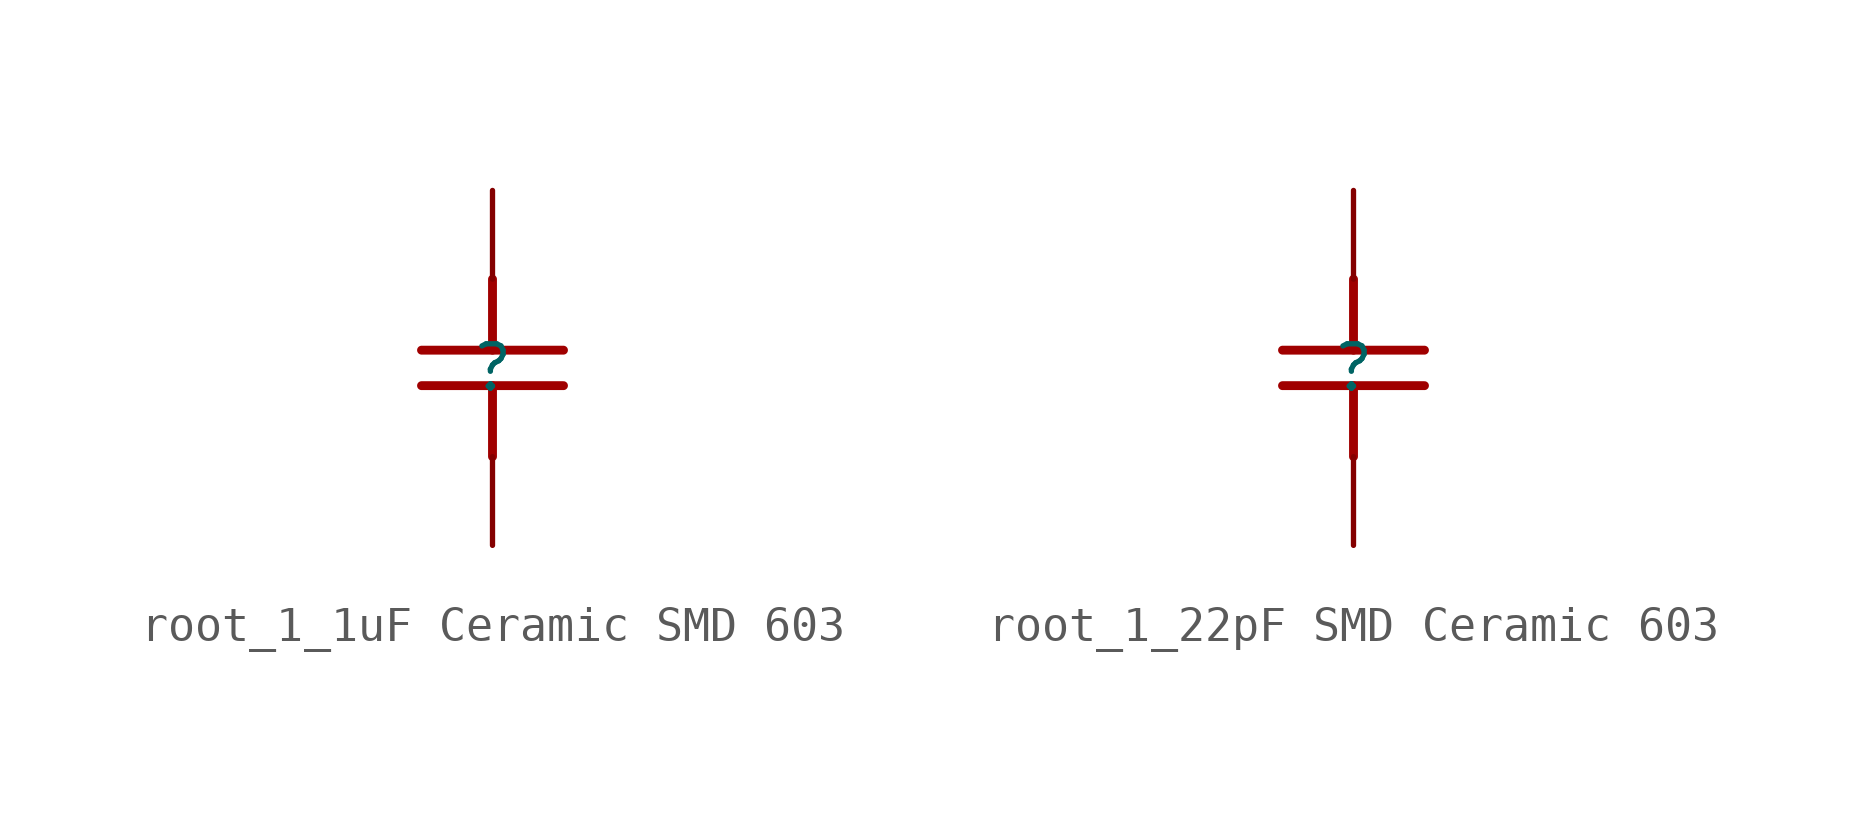
<source format=kicad_sym>
(kicad_symbol_lib
  (version 20231120)
  (generator "kicad_symbol_editor")
  (generator_version "8.0")
  (symbol "root_1_1uF Ceramic SMD 603"
    (property "Reference" ""
      (at 0 0 0)
      (effects (font (size 1.27 1.27))))
    (property "Value" ""
      (at 0 0 0)
      (effects (font (size 1.27 1.27))))
    (symbol "root_1_1uF Ceramic SMD 603_1_0"
      (polyline (pts (xy -2.032 0.508) (xy 2.032 0.508)) (stroke (width 0.254) (type solid) (color 160 0 0 1)) (fill (type none)))
      (polyline (pts (xy 0 -0.508) (xy 0 -2.54)) (stroke (width 0.254) (type solid) (color 160 0 0 1)) (fill (type none)))
      (polyline (pts (xy 0 2.54) (xy 0 0.508)) (stroke (width 0.254) (type solid) (color 160 0 0 1)) (fill (type none)))
      (polyline (pts (xy 2.032 -0.508) (xy -2.032 -0.508)) (stroke (width 0.254) (type solid) (color 160 0 0 1)) (fill (type none)))
      (pin passive line (at 0 -5.08 90) (length 2.54) (name "1" (effects (font (size 0 0)))) (number "1" (effects (font (size 0 0)))))
      (pin passive line (at 0 5.08 270) (length 2.54) (name "2" (effects (font (size 0 0)))) (number "2" (effects (font (size 0 0)))))))
  (symbol "root_1_22pF SMD Ceramic 603"
    (property "Reference" ""
      (at 0 0 0)
      (effects (font (size 1.27 1.27))))
    (property "Value" ""
      (at 0 0 0)
      (effects (font (size 1.27 1.27))))
    (symbol "root_1_22pF SMD Ceramic 603_1_0"
      (polyline (pts (xy -2.032 0.508) (xy 2.032 0.508)) (stroke (width 0.254) (type solid) (color 160 0 0 1)) (fill (type none)))
      (polyline (pts (xy 0 -0.508) (xy 0 -2.54)) (stroke (width 0.254) (type solid) (color 160 0 0 1)) (fill (type none)))
      (polyline (pts (xy 0 2.54) (xy 0 0.508)) (stroke (width 0.254) (type solid) (color 160 0 0 1)) (fill (type none)))
      (polyline (pts (xy 2.032 -0.508) (xy -2.032 -0.508)) (stroke (width 0.254) (type solid) (color 160 0 0 1)) (fill (type none)))
      (pin passive line (at 0 -5.08 90) (length 2.54) (name "1" (effects (font (size 0 0)))) (number "1" (effects (font (size 0 0)))))
      (pin passive line (at 0 5.08 270) (length 2.54) (name "2" (effects (font (size 0 0)))) (number "2" (effects (font (size 0 0))))))))
</source>
